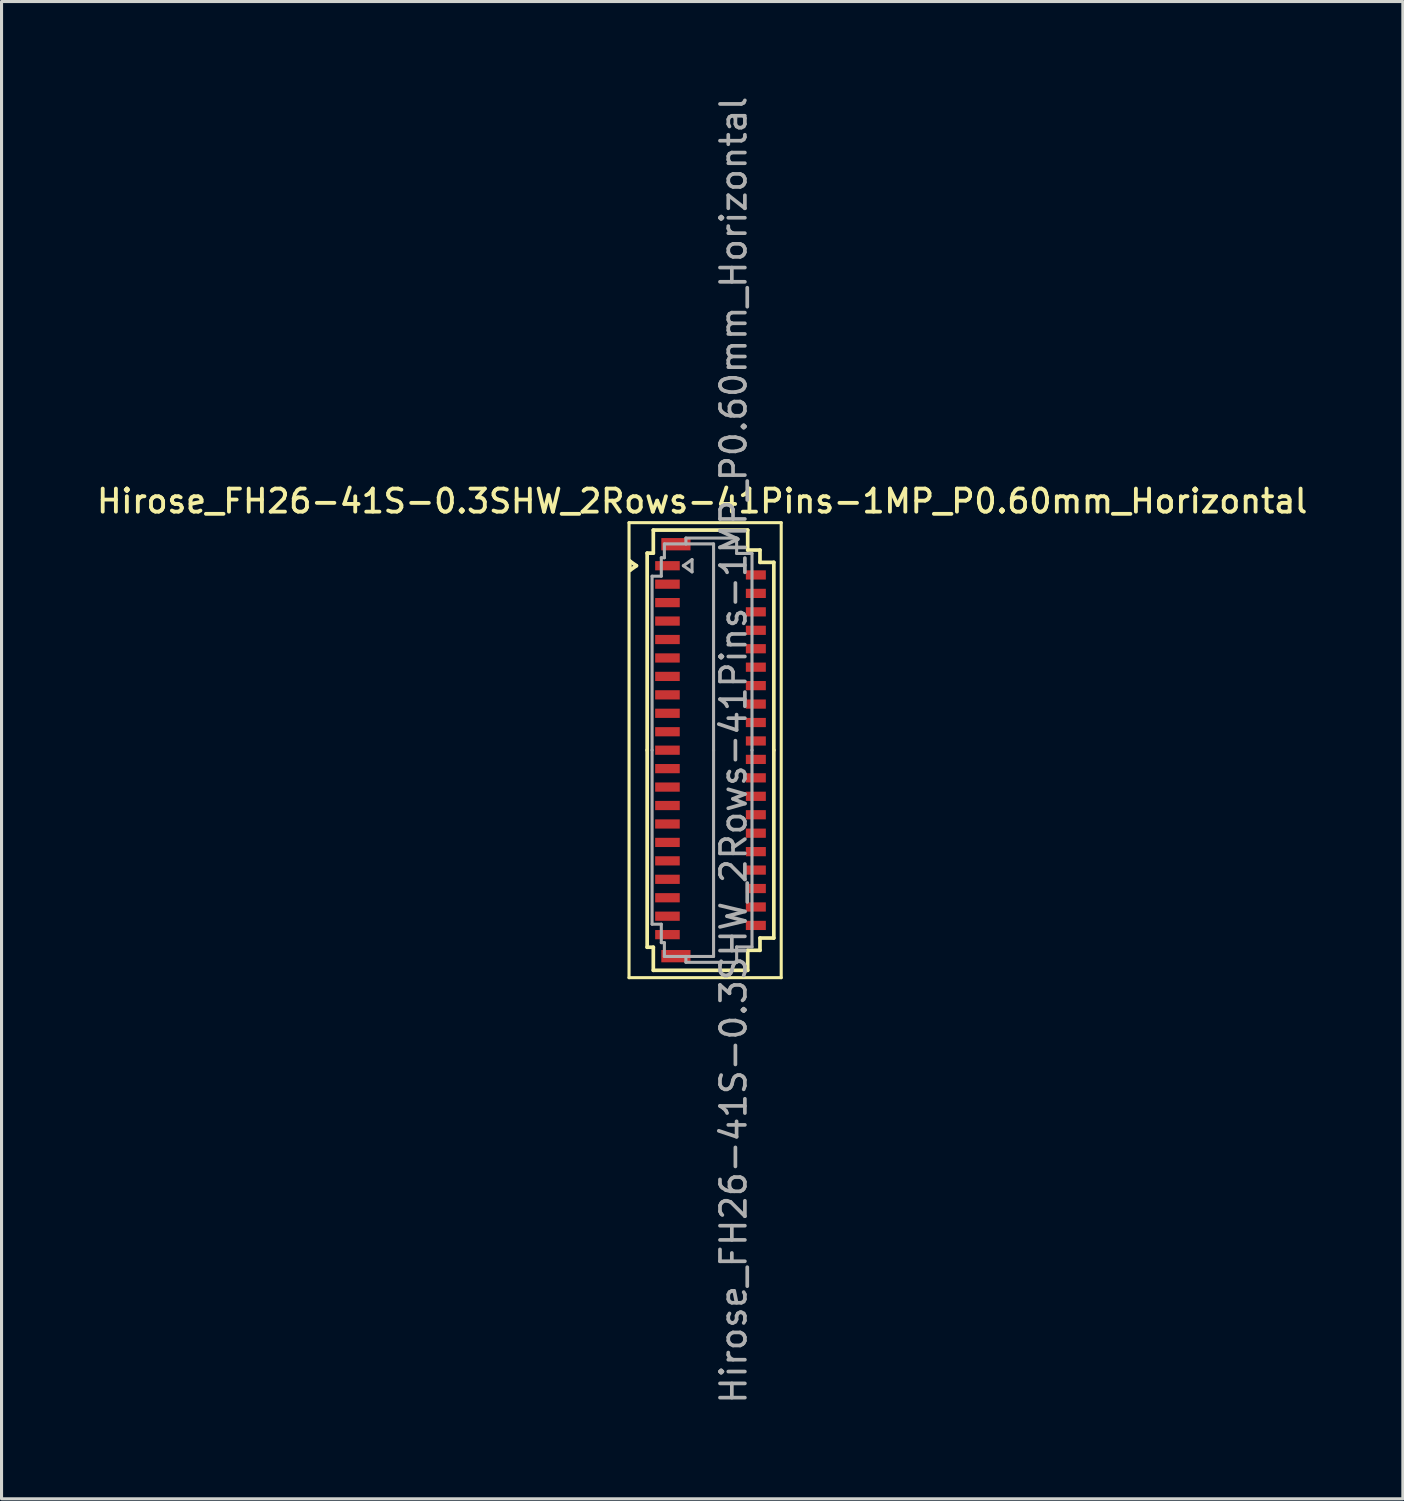
<source format=kicad_pcb>
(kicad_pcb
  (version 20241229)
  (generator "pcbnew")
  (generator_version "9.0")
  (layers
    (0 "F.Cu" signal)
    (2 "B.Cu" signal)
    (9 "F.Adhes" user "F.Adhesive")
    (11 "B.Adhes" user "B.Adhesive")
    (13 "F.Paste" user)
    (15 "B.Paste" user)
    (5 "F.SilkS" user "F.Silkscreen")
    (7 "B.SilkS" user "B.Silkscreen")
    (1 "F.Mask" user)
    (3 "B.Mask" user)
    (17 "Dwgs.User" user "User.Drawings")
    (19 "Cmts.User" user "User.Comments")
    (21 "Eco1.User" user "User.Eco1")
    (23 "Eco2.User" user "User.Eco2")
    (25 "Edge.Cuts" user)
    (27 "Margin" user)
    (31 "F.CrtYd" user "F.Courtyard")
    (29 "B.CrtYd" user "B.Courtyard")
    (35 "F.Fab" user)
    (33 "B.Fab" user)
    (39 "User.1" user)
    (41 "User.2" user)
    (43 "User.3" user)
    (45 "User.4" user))
  (footprint "Hirose_FH26-41S-0.3SHW_2Rows-41Pins-1MP_P0.60mm_Horizontal"
    (layer "F.Cu")
    (at 20.061 21.352)
    (property "Reference" "Hirose_FH26-41S-0.3SHW_2Rows-41Pins-1MP_P0.60mm_Horizontal" (at -0.27 -8.1 0) (layer "F.SilkS") (effects (font (size 0.75 0.75) (thickness 0.125))))
    (attr smd)
    (fp_line (start -2.65 -7.4) (end -2.65 7.4) (stroke (width 0.1) (type solid)) (layer "F.SilkS"))
    (fp_line (start -2.65 7.4) (end 2.3 7.4) (stroke (width 0.1) (type solid)) (layer "F.SilkS"))
    (fp_line (start -2.622 -6.15) (end -2.41 -6) (stroke (width 0.12) (type solid)) (layer "F.SilkS"))
    (fp_line (start -2.622 -5.85) (end -2.622 -6.15) (stroke (width 0.12) (type solid)) (layer "F.SilkS"))
    (fp_line (start -2.41 -6) (end -2.622 -5.85) (stroke (width 0.12) (type solid)) (layer "F.SilkS"))
    (fp_line (start -2.06 -6.41) (end -2.06 0) (stroke (width 0.12) (type solid)) (layer "F.SilkS"))
    (fp_line (start -2.06 6.41) (end -2.06 0) (stroke (width 0.12) (type solid)) (layer "F.SilkS"))
    (fp_line (start -1.86 -7.16) (end -1.86 -6.41) (stroke (width 0.12) (type solid)) (layer "F.SilkS"))
    (fp_line (start -1.86 -6.41) (end -2.06 -6.41) (stroke (width 0.12) (type solid)) (layer "F.SilkS"))
    (fp_line (start -1.86 6.41) (end -2.06 6.41) (stroke (width 0.12) (type solid)) (layer "F.SilkS"))
    (fp_line (start -1.86 7.16) (end -1.86 6.41) (stroke (width 0.12) (type solid)) (layer "F.SilkS"))
    (fp_line (start 1.21 -7.16) (end -1.86 -7.16) (stroke (width 0.12) (type solid)) (layer "F.SilkS"))
    (fp_line (start 1.21 -6.51) (end 1.21 -7.16) (stroke (width 0.12) (type solid)) (layer "F.SilkS"))
    (fp_line (start 1.21 6.51) (end 1.21 7.16) (stroke (width 0.12) (type solid)) (layer "F.SilkS"))
    (fp_line (start 1.21 7.16) (end -1.86 7.16) (stroke (width 0.12) (type solid)) (layer "F.SilkS"))
    (fp_line (start 1.61 -6.51) (end 1.21 -6.51) (stroke (width 0.12) (type solid)) (layer "F.SilkS"))
    (fp_line (start 1.61 -6.11) (end 1.61 -6.51) (stroke (width 0.12) (type solid)) (layer "F.SilkS"))
    (fp_line (start 1.61 6.11) (end 1.61 6.51) (stroke (width 0.12) (type solid)) (layer "F.SilkS"))
    (fp_line (start 1.61 6.51) (end 1.21 6.51) (stroke (width 0.12) (type solid)) (layer "F.SilkS"))
    (fp_line (start 2.06 -6.11) (end 1.61 -6.11) (stroke (width 0.12) (type solid)) (layer "F.SilkS"))
    (fp_line (start 2.06 0) (end 2.06 -6.11) (stroke (width 0.12) (type solid)) (layer "F.SilkS"))
    (fp_line (start 2.06 0) (end 2.06 6.11) (stroke (width 0.12) (type solid)) (layer "F.SilkS"))
    (fp_line (start 2.06 6.11) (end 1.61 6.11) (stroke (width 0.12) (type solid)) (layer "F.SilkS"))
    (fp_line (start 2.3 -7.4) (end -2.65 -7.4) (stroke (width 0.1) (type solid)) (layer "F.SilkS"))
    (fp_line (start 2.3 7.4) (end 2.3 -7.4) (stroke (width 0.1) (type solid)) (layer "F.SilkS"))
    (fp_line (start -1.9 -5.66) (end -1.6 -5.66) (stroke (width 0.1) (type solid)) (layer "F.Fab"))
    (fp_line (start -1.9 0) (end -1.9 -5.66) (stroke (width 0.1) (type solid)) (layer "F.Fab"))
    (fp_line (start -1.9 0) (end -1.9 5.66) (stroke (width 0.1) (type solid)) (layer "F.Fab"))
    (fp_line (start -1.9 5.66) (end -1.6 5.66) (stroke (width 0.1) (type solid)) (layer "F.Fab"))
    (fp_line (start -1.6 -6.26) (end -1.5 -6.26) (stroke (width 0.1) (type solid)) (layer "F.Fab"))
    (fp_line (start -1.6 -5.66) (end -1.6 -6.26) (stroke (width 0.1) (type solid)) (layer "F.Fab"))
    (fp_line (start -1.6 5.66) (end -1.6 6.26) (stroke (width 0.1) (type solid)) (layer "F.Fab"))
    (fp_line (start -1.6 6.26) (end -1.5 6.26) (stroke (width 0.1) (type solid)) (layer "F.Fab"))
    (fp_line (start -1.5 -6.71) (end -0.8 -6.71) (stroke (width 0.1) (type solid)) (layer "F.Fab"))
    (fp_line (start -1.5 -6.26) (end -1.5 -6.71) (stroke (width 0.1) (type solid)) (layer "F.Fab"))
    (fp_line (start -1.5 6.26) (end -1.5 6.71) (stroke (width 0.1) (type solid)) (layer "F.Fab"))
    (fp_line (start -1.5 6.71) (end -0.8 6.71) (stroke (width 0.1) (type solid)) (layer "F.Fab"))
    (fp_line (start -0.883 -6) (end -0.6 -5.8) (stroke (width 0.1) (type solid)) (layer "F.Fab"))
    (fp_line (start -0.8 -6.9) (end 0.85 -6.9) (stroke (width 0.1) (type solid)) (layer "F.Fab"))
    (fp_line (start -0.8 -6.71) (end -0.8 -6.9) (stroke (width 0.1) (type solid)) (layer "F.Fab"))
    (fp_line (start -0.8 6.71) (end -0.8 6.9) (stroke (width 0.1) (type solid)) (layer "F.Fab"))
    (fp_line (start -0.8 6.9) (end 0.85 6.9) (stroke (width 0.1) (type solid)) (layer "F.Fab"))
    (fp_line (start -0.6 -6.2) (end -0.883 -6) (stroke (width 0.1) (type solid)) (layer "F.Fab"))
    (fp_line (start -0.6 -5.8) (end -0.6 -6.2) (stroke (width 0.1) (type solid)) (layer "F.Fab"))
    (fp_line (start 0.1 -6.71) (end -0.8 -6.71) (stroke (width 0.1) (type solid)) (layer "F.Fab"))
    (fp_line (start 0.1 0) (end 0.1 -6.71) (stroke (width 0.1) (type solid)) (layer "F.Fab"))
    (fp_line (start 0.1 0) (end 0.1 6.71) (stroke (width 0.1) (type solid)) (layer "F.Fab"))
    (fp_line (start 0.1 6.71) (end -0.8 6.71) (stroke (width 0.1) (type solid)) (layer "F.Fab"))
    (fp_line (start 0.85 -6.9) (end 0.85 -6.4) (stroke (width 0.1) (type solid)) (layer "F.Fab"))
    (fp_line (start 0.85 -6.4) (end 1.35 -6.4) (stroke (width 0.1) (type solid)) (layer "F.Fab"))
    (fp_line (start 0.85 6.4) (end 1.35 6.4) (stroke (width 0.1) (type solid)) (layer "F.Fab"))
    (fp_line (start 0.85 6.9) (end 0.85 6.4) (stroke (width 0.1) (type solid)) (layer "F.Fab"))
    (fp_line (start 1.35 -6.4) (end 1.35 0) (stroke (width 0.1) (type solid)) (layer "F.Fab"))
    (fp_line (start 1.35 6.4) (end 1.35 0) (stroke (width 0.1) (type solid)) (layer "F.Fab"))
    (fp_text user "${REFERENCE}" (at 0.75 0 90) (layer "F.Fab") (effects (font (size 0.81 0.81) (thickness 0.12))))
    (pad "1" smd rect (at -1.4 -6) (size 0.8 0.3) (layers "F.Cu" "F.Mask" "F.Paste"))
    (pad "2" smd rect (at 1.475 -5.7) (size 0.65 0.3) (layers "F.Cu" "F.Mask" "F.Paste"))
    (pad "3" smd rect (at -1.4 -5.4) (size 0.8 0.3) (layers "F.Cu" "F.Mask" "F.Paste"))
    (pad "4" smd rect (at 1.475 -5.1) (size 0.65 0.3) (layers "F.Cu" "F.Mask" "F.Paste"))
    (pad "5" smd rect (at -1.4 -4.8) (size 0.8 0.3) (layers "F.Cu" "F.Mask" "F.Paste"))
    (pad "6" smd rect (at 1.475 -4.5) (size 0.65 0.3) (layers "F.Cu" "F.Mask" "F.Paste"))
    (pad "7" smd rect (at -1.4 -4.2) (size 0.8 0.3) (layers "F.Cu" "F.Mask" "F.Paste"))
    (pad "8" smd rect (at 1.475 -3.9) (size 0.65 0.3) (layers "F.Cu" "F.Mask" "F.Paste"))
    (pad "9" smd rect (at -1.4 -3.6) (size 0.8 0.3) (layers "F.Cu" "F.Mask" "F.Paste"))
    (pad "10" smd rect (at 1.475 -3.3) (size 0.65 0.3) (layers "F.Cu" "F.Mask" "F.Paste"))
    (pad "11" smd rect (at -1.4 -3) (size 0.8 0.3) (layers "F.Cu" "F.Mask" "F.Paste"))
    (pad "12" smd rect (at 1.475 -2.7) (size 0.65 0.3) (layers "F.Cu" "F.Mask" "F.Paste"))
    (pad "13" smd rect (at -1.4 -2.4) (size 0.8 0.3) (layers "F.Cu" "F.Mask" "F.Paste"))
    (pad "14" smd rect (at 1.475 -2.1) (size 0.65 0.3) (layers "F.Cu" "F.Mask" "F.Paste"))
    (pad "15" smd rect (at -1.4 -1.8) (size 0.8 0.3) (layers "F.Cu" "F.Mask" "F.Paste"))
    (pad "16" smd rect (at 1.475 -1.5) (size 0.65 0.3) (layers "F.Cu" "F.Mask" "F.Paste"))
    (pad "17" smd rect (at -1.4 -1.2) (size 0.8 0.3) (layers "F.Cu" "F.Mask" "F.Paste"))
    (pad "18" smd rect (at 1.475 -0.9) (size 0.65 0.3) (layers "F.Cu" "F.Mask" "F.Paste"))
    (pad "19" smd rect (at -1.4 -0.6) (size 0.8 0.3) (layers "F.Cu" "F.Mask" "F.Paste"))
    (pad "20" smd rect (at 1.475 -0.3) (size 0.65 0.3) (layers "F.Cu" "F.Mask" "F.Paste"))
    (pad "21" smd rect (at -1.4 0) (size 0.8 0.3) (layers "F.Cu" "F.Mask" "F.Paste"))
    (pad "22" smd rect (at 1.475 0.3) (size 0.65 0.3) (layers "F.Cu" "F.Mask" "F.Paste"))
    (pad "23" smd rect (at -1.4 0.6) (size 0.8 0.3) (layers "F.Cu" "F.Mask" "F.Paste"))
    (pad "24" smd rect (at 1.475 0.9) (size 0.65 0.3) (layers "F.Cu" "F.Mask" "F.Paste"))
    (pad "25" smd rect (at -1.4 1.2) (size 0.8 0.3) (layers "F.Cu" "F.Mask" "F.Paste"))
    (pad "26" smd rect (at 1.475 1.5) (size 0.65 0.3) (layers "F.Cu" "F.Mask" "F.Paste"))
    (pad "27" smd rect (at -1.4 1.8) (size 0.8 0.3) (layers "F.Cu" "F.Mask" "F.Paste"))
    (pad "28" smd rect (at 1.475 2.1) (size 0.65 0.3) (layers "F.Cu" "F.Mask" "F.Paste"))
    (pad "29" smd rect (at -1.4 2.4) (size 0.8 0.3) (layers "F.Cu" "F.Mask" "F.Paste"))
    (pad "30" smd rect (at 1.475 2.7) (size 0.65 0.3) (layers "F.Cu" "F.Mask" "F.Paste"))
    (pad "31" smd rect (at -1.4 3) (size 0.8 0.3) (layers "F.Cu" "F.Mask" "F.Paste"))
    (pad "32" smd rect (at 1.475 3.3) (size 0.65 0.3) (layers "F.Cu" "F.Mask" "F.Paste"))
    (pad "33" smd rect (at -1.4 3.6) (size 0.8 0.3) (layers "F.Cu" "F.Mask" "F.Paste"))
    (pad "34" smd rect (at 1.475 3.9) (size 0.65 0.3) (layers "F.Cu" "F.Mask" "F.Paste"))
    (pad "35" smd rect (at -1.4 4.2) (size 0.8 0.3) (layers "F.Cu" "F.Mask" "F.Paste"))
    (pad "36" smd rect (at 1.475 4.5) (size 0.65 0.3) (layers "F.Cu" "F.Mask" "F.Paste"))
    (pad "37" smd rect (at -1.4 4.8) (size 0.8 0.3) (layers "F.Cu" "F.Mask" "F.Paste"))
    (pad "38" smd rect (at 1.475 5.1) (size 0.65 0.3) (layers "F.Cu" "F.Mask" "F.Paste"))
    (pad "39" smd rect (at -1.4 5.4) (size 0.8 0.3) (layers "F.Cu" "F.Mask" "F.Paste"))
    (pad "40" smd rect (at 1.475 5.7) (size 0.65 0.3) (layers "F.Cu" "F.Mask" "F.Paste"))
    (pad "41" smd rect (at -1.4 6) (size 0.8 0.3) (layers "F.Cu" "F.Mask" "F.Paste"))
    (pad "MP" smd rect (at -1.125 -6.7) (size 0.95 0.4) (layers "F.Cu" "F.Mask" "F.Paste"))
    (pad "MP" smd rect (at -1.125 6.7) (size 0.95 0.4) (layers "F.Cu" "F.Mask" "F.Paste")))
  (gr_rect
    (start -3 -3)
    (end 42.582 45.704)
    (stroke (width 0.1) (type default))
    (fill no)
    (layer "Edge.Cuts")))
</source>
